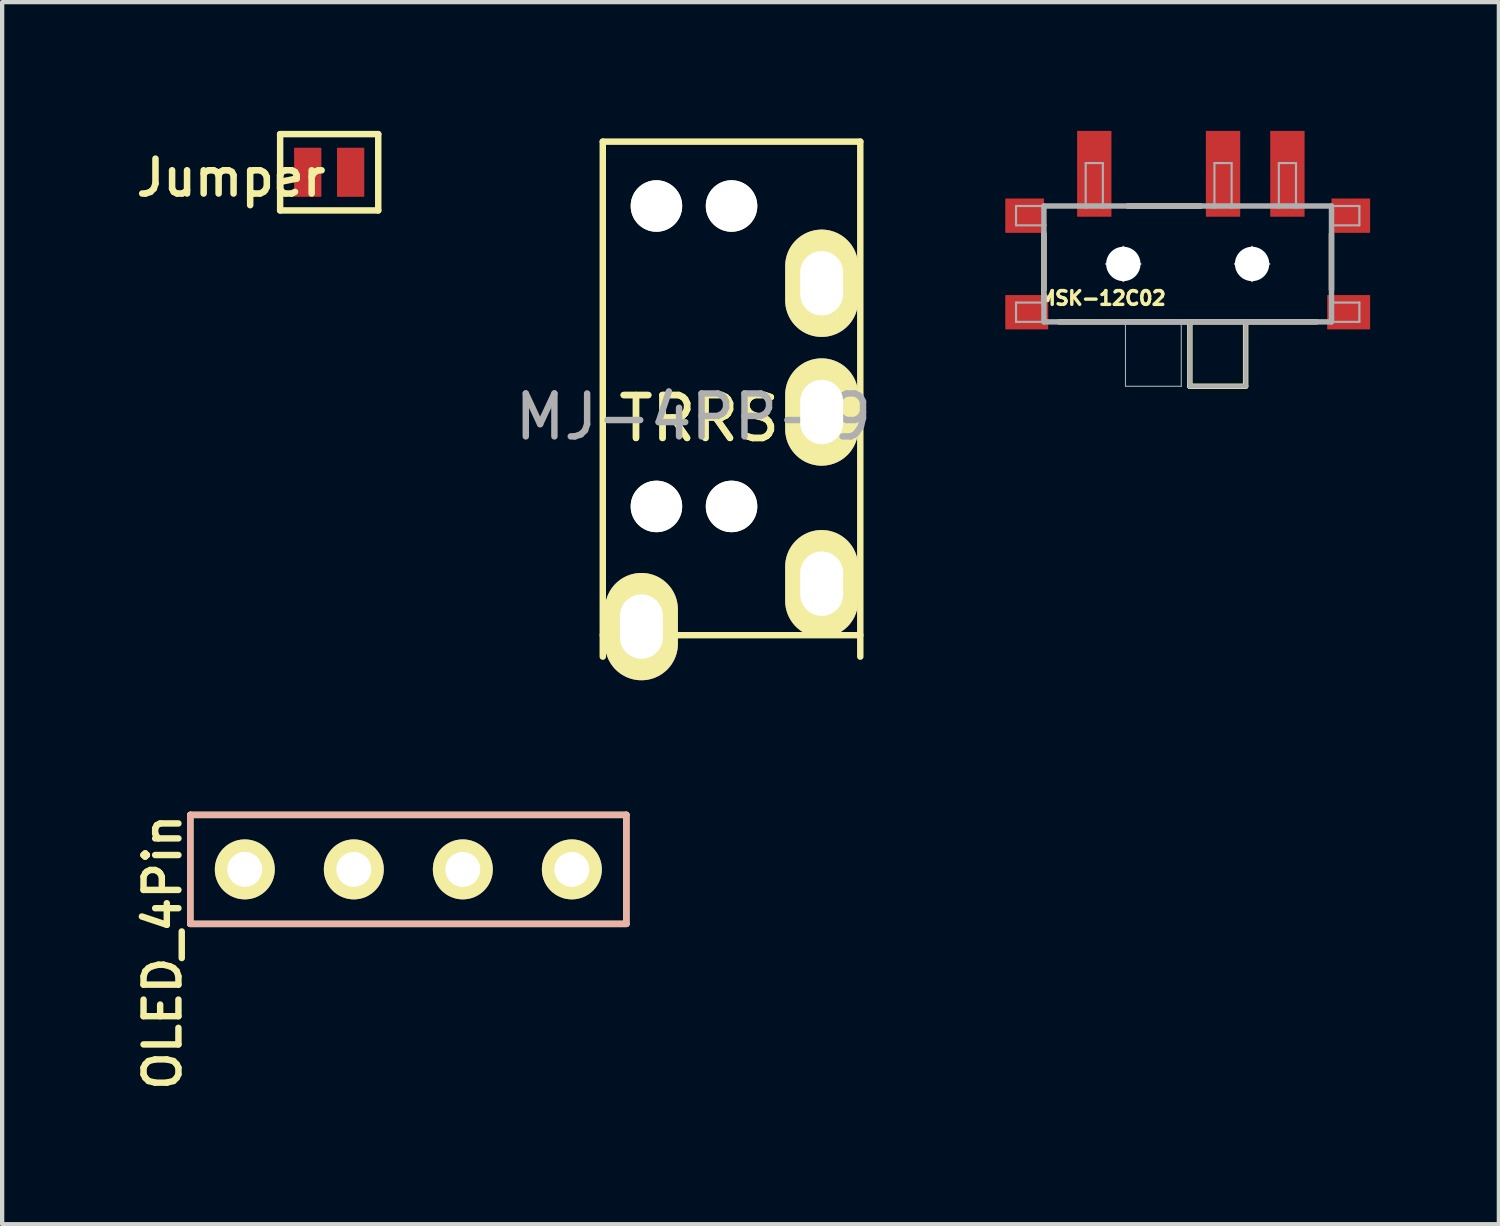
<source format=kicad_pcb>
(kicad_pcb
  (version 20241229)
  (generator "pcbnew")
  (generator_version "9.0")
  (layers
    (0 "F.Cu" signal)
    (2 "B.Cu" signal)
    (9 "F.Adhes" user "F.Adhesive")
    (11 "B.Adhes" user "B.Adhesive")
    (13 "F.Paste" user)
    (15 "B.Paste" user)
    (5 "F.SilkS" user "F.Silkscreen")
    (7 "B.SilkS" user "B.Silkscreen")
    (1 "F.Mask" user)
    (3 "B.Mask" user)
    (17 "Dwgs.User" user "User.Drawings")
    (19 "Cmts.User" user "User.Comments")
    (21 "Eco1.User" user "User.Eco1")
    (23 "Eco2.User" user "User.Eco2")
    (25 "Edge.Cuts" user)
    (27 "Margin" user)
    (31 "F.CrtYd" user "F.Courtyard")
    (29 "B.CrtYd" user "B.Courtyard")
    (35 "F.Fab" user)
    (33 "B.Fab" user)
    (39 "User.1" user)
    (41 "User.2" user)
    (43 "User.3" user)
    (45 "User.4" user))
  (footprint "MJ-4PP-9"
    (layer "F.Cu")
    (at 13.995 0.25)
    (property "Reference" "MJ-4PP-9" (at -0.889 6.413 0) (layer "F.Fab") (effects (font (size 1 1) (thickness 0.15))))
    (attr through_hole)
    (fp_line (start -3 0) (end 3 0) (stroke (width 0.15) (type solid)) (layer "F.SilkS"))
    (fp_line (start -3 12) (end -3 0) (stroke (width 0.15) (type solid)) (layer "F.SilkS"))
    (fp_line (start 3 0) (end 3 12) (stroke (width 0.15) (type solid)) (layer "F.SilkS"))
    (fp_line (start 3 11.5) (end -3 11.5) (stroke (width 0.15) (type solid)) (layer "F.SilkS"))
    (fp_text user "TRRS" (at -0.75 6.45 0) (layer "F.SilkS") (effects (font (size 1 1) (thickness 0.15))))
    (fp_text user "TRRS" (at -0.75 6.45 0) (layer "F.SilkS") (effects (font (size 1 1) (thickness 0.15))))
    (pad "" np_thru_hole circle (at -1.75 1.5) (size 1.2 1.2) (drill 1.2) (layers "*.Cu" "*.Mask" "F.SilkS"))
    (pad "" np_thru_hole circle (at -1.75 8.5) (size 1.2 1.2) (drill 1.2) (layers "*.Cu" "*.Mask" "F.SilkS"))
    (pad "" np_thru_hole circle (at 0 1.5) (size 1.2 1.2) (drill 1.2) (layers "*.Cu" "*.Mask" "F.SilkS"))
    (pad "" np_thru_hole circle (at 0 8.5) (size 1.2 1.2) (drill 1.2) (layers "*.Cu" "*.Mask" "F.SilkS"))
    (pad "1" thru_hole oval (at 2.1 10.3) (size 1.7 2.5) (drill oval 1 1.5) (layers "*.Cu" "*.Mask" "F.SilkS"))
    (pad "2" thru_hole oval (at 2.1 6.3) (size 1.7 2.5) (drill oval 1 1.5) (layers "*.Cu" "*.Mask" "F.SilkS"))
    (pad "3" thru_hole oval (at 2.1 3.3) (size 1.7 2.5) (drill oval 1 1.5) (layers "*.Cu" "*.Mask" "F.SilkS"))
    (pad "4" thru_hole oval (at -2.1 11.3) (size 1.7 2.5) (drill oval 1 1.5) (layers "*.Cu" "*.Mask" "F.SilkS")))
  (footprint "MSK-12C02"
    (layer "F.Cu")
    (at 24.624 3.1)
    (property "Reference" "MSK-12C02" (at -1.984 0.797 0) (layer "F.SilkS") (effects (font (size 0.32 0.32) (thickness 0.15))))
    (attr smd)
    (fp_line (start -3.35 -0.7) (end -3.35 0.6) (stroke (width 0.127) (type solid)) (layer "F.SilkS"))
    (fp_line (start -3 1.35) (end 0.05 1.35) (stroke (width 0.127) (type solid)) (layer "F.SilkS"))
    (fp_line (start -1.4 -1.35) (end 0.3 -1.35) (stroke (width 0.127) (type solid)) (layer "F.SilkS"))
    (fp_line (start 0.05 1.35) (end 1.35 1.35) (stroke (width 0.127) (type solid)) (layer "F.SilkS"))
    (fp_line (start 0.05 2.85) (end 0.05 1.35) (stroke (width 0.127) (type solid)) (layer "F.SilkS"))
    (fp_line (start 0.05 2.85) (end 1.35 2.85) (stroke (width 0.127) (type solid)) (layer "F.SilkS"))
    (fp_line (start 1.35 1.35) (end 3 1.35) (stroke (width 0.127) (type solid)) (layer "F.SilkS"))
    (fp_line (start 1.35 2.85) (end 1.35 1.35) (stroke (width 0.127) (type solid)) (layer "F.SilkS"))
    (fp_line (start 3.35 0.6) (end 3.35 -0.7) (stroke (width 0.127) (type solid)) (layer "F.SilkS"))
    (fp_line (start -4 -1.35) (end -4 -0.9) (stroke (width 0.05) (type solid)) (layer "F.Fab"))
    (fp_line (start -4 -0.9) (end -3.35 -0.9) (stroke (width 0.05) (type solid)) (layer "F.Fab"))
    (fp_line (start -4 0.9) (end -4 1.35) (stroke (width 0.05) (type solid)) (layer "F.Fab"))
    (fp_line (start -4 0.9) (end -3.4 0.9) (stroke (width 0.05) (type solid)) (layer "F.Fab"))
    (fp_line (start -4 1.35) (end -3.4 1.35) (stroke (width 0.05) (type solid)) (layer "F.Fab"))
    (fp_line (start -3.35 -1.35) (end -4 -1.35) (stroke (width 0.05) (type solid)) (layer "F.Fab"))
    (fp_line (start -3.35 -1.35) (end -2.377 -1.35) (stroke (width 0.127) (type solid)) (layer "F.Fab"))
    (fp_line (start -3.35 -0.9) (end -3.35 -1.35) (stroke (width 0.127) (type solid)) (layer "F.Fab"))
    (fp_line (start -3.35 1.35) (end -3.35 -0.9) (stroke (width 0.127) (type solid)) (layer "F.Fab"))
    (fp_line (start -2.377 -2.35) (end -1.977 -2.35) (stroke (width 0.05) (type solid)) (layer "F.Fab"))
    (fp_line (start -2.377 -1.35) (end -2.377 -2.35) (stroke (width 0.05) (type solid)) (layer "F.Fab"))
    (fp_line (start -1.977 -2.35) (end -1.977 -1.35) (stroke (width 0.05) (type solid)) (layer "F.Fab"))
    (fp_line (start -1.977 -1.35) (end -2.377 -1.35) (stroke (width 0.127) (type solid)) (layer "F.Fab"))
    (fp_line (start -1.977 -1.35) (end 0.623 -1.35) (stroke (width 0.127) (type solid)) (layer "F.Fab"))
    (fp_line (start -1.9 0) (end -1.5 0) (stroke (width 0.05) (type solid)) (layer "F.Fab"))
    (fp_line (start -1.5 0) (end -1.5 -0.4) (stroke (width 0.05) (type solid)) (layer "F.Fab"))
    (fp_line (start -1.5 0) (end -1.5 0.4) (stroke (width 0.05) (type solid)) (layer "F.Fab"))
    (fp_line (start -1.5 0) (end -1.1 0) (stroke (width 0.05) (type solid)) (layer "F.Fab"))
    (fp_line (start -1.45 1.35) (end -3.35 1.35) (stroke (width 0.127) (type solid)) (layer "F.Fab"))
    (fp_line (start -1.45 1.35) (end -1.45 2.85) (stroke (width 0.025) (type solid)) (layer "F.Fab"))
    (fp_line (start -1.45 2.85) (end -0.15 2.85) (stroke (width 0.025) (type solid)) (layer "F.Fab"))
    (fp_line (start -0.15 1.35) (end -1.45 1.35) (stroke (width 0.127) (type solid)) (layer "F.Fab"))
    (fp_line (start -0.15 2.85) (end -0.15 1.35) (stroke (width 0.025) (type solid)) (layer "F.Fab"))
    (fp_line (start 0.05 1.35) (end 0.05 2.85) (stroke (width 0.1) (type solid)) (layer "F.Fab"))
    (fp_line (start 0.05 2.85) (end 1.35 2.85) (stroke (width 0.1) (type solid)) (layer "F.Fab"))
    (fp_line (start 0.623 -2.35) (end 1.023 -2.35) (stroke (width 0.05) (type solid)) (layer "F.Fab"))
    (fp_line (start 0.623 -1.35) (end 0.623 -2.35) (stroke (width 0.05) (type solid)) (layer "F.Fab"))
    (fp_line (start 1.023 -2.35) (end 1.023 -1.35) (stroke (width 0.05) (type solid)) (layer "F.Fab"))
    (fp_line (start 1.023 -1.35) (end 0.623 -1.35) (stroke (width 0.127) (type solid)) (layer "F.Fab"))
    (fp_line (start 1.35 2.85) (end 1.35 1.35) (stroke (width 0.1) (type solid)) (layer "F.Fab"))
    (fp_line (start 1.5 0) (end 1.1 0) (stroke (width 0.05) (type solid)) (layer "F.Fab"))
    (fp_line (start 1.5 0) (end 1.5 -0.4) (stroke (width 0.05) (type solid)) (layer "F.Fab"))
    (fp_line (start 1.5 0) (end 1.5 0.4) (stroke (width 0.05) (type solid)) (layer "F.Fab"))
    (fp_line (start 1.9 0) (end 1.5 0) (stroke (width 0.05) (type solid)) (layer "F.Fab"))
    (fp_line (start 2.123 -2.35) (end 2.523 -2.35) (stroke (width 0.05) (type solid)) (layer "F.Fab"))
    (fp_line (start 2.123 -1.35) (end 1.023 -1.35) (stroke (width 0.127) (type solid)) (layer "F.Fab"))
    (fp_line (start 2.123 -1.35) (end 2.123 -2.35) (stroke (width 0.05) (type solid)) (layer "F.Fab"))
    (fp_line (start 2.523 -2.35) (end 2.523 -1.35) (stroke (width 0.05) (type solid)) (layer "F.Fab"))
    (fp_line (start 2.523 -1.35) (end 2.123 -1.35) (stroke (width 0.127) (type solid)) (layer "F.Fab"))
    (fp_line (start 2.523 -1.35) (end 3.35 -1.35) (stroke (width 0.127) (type solid)) (layer "F.Fab"))
    (fp_line (start 3.35 -1.35) (end 3.35 1.35) (stroke (width 0.127) (type solid)) (layer "F.Fab"))
    (fp_line (start 3.35 1.35) (end -0.15 1.35) (stroke (width 0.127) (type solid)) (layer "F.Fab"))
    (fp_line (start 3.4 0.9) (end 4 0.9) (stroke (width 0.05) (type solid)) (layer "F.Fab"))
    (fp_line (start 4 -1.35) (end 3.4 -1.35) (stroke (width 0.05) (type solid)) (layer "F.Fab"))
    (fp_line (start 4 -1.35) (end 4 -0.9) (stroke (width 0.05) (type solid)) (layer "F.Fab"))
    (fp_line (start 4 -0.9) (end 3.4 -0.9) (stroke (width 0.05) (type solid)) (layer "F.Fab"))
    (fp_line (start 4 0.9) (end 4 1.35) (stroke (width 0.05) (type solid)) (layer "F.Fab"))
    (fp_line (start 4 1.35) (end 3.4 1.35) (stroke (width 0.05) (type solid)) (layer "F.Fab"))
    (pad "" np_thru_hole circle (at -1.5 0) (size 0.8 0.8) (drill 0.8) (layers "*.Cu" "*.Mask"))
    (pad "" np_thru_hole circle (at 1.5 0) (size 0.8 0.8) (drill 0.8) (layers "*.Cu" "*.Mask"))
    (pad "COM" smd rect (at 0.823 -2.1 180) (size 0.8 2) (layers "F.Cu" "F.Mask" "F.Paste"))
    (pad "GND" smd rect (at -3.8 -1.125 180) (size 0.9 0.8) (layers "F.Cu" "F.Mask" "F.Paste"))
    (pad "GND" smd rect (at -3.75 1.125 180) (size 1 0.8) (layers "F.Cu" "F.Mask" "F.Paste"))
    (pad "GND" smd rect (at 3.75 1.125 180) (size 1 0.8) (layers "F.Cu" "F.Mask" "F.Paste"))
    (pad "GND" smd rect (at 3.8 -1.125 180) (size 0.9 0.8) (layers "F.Cu" "F.Mask" "F.Paste"))
    (pad "L1" smd rect (at 2.323 -2.1 180) (size 0.8 2) (layers "F.Cu" "F.Mask" "F.Paste"))
    (pad "L2" smd rect (at -2.177 -2.1 180) (size 0.8 2) (layers "F.Cu" "F.Mask" "F.Paste")))
  (footprint "Jumper"
    (layer "F.Cu")
    (at 4.62 0.964)
    (property "Reference" "Jumper" (at -2.286 0.127 0) (layer "F.SilkS") (effects (font (size 0.813 0.813) (thickness 0.152))))
    (attr smd)
    (fp_line (start -1.143 -0.889) (end 1.143 -0.889) (stroke (width 0.15) (type solid)) (layer "F.SilkS"))
    (fp_line (start -1.143 0.889) (end -1.143 -0.889) (stroke (width 0.15) (type solid)) (layer "F.SilkS"))
    (fp_line (start 1.143 -0.889) (end 1.143 0.889) (stroke (width 0.15) (type solid)) (layer "F.SilkS"))
    (fp_line (start 1.143 0.889) (end -1.143 0.889) (stroke (width 0.15) (type solid)) (layer "F.SilkS"))
    (pad "1" smd rect (at -0.5 0) (size 0.635 1.143) (layers "F.Cu" "F.Mask" "F.Paste"))
    (pad "2" smd rect (at 0.5 0) (size 0.635 1.143) (layers "F.Cu" "F.Mask" "F.Paste")))
  (footprint "OLED_4Pin"
    (layer "F.Cu")
    (at 2.654 17.207)
    (property "Reference" "OLED_4Pin" (at -1.915 1.93 90) (layer "F.SilkS") (effects (font (size 0.813 0.813) (thickness 0.15))))
    (attr through_hole)
    (fp_line (start -1.27 -1.27) (end 8.89 -1.27) (stroke (width 0.15) (type solid)) (layer "F.SilkS"))
    (fp_line (start -1.27 1.27) (end -1.27 -1.27) (stroke (width 0.15) (type solid)) (layer "F.SilkS"))
    (fp_line (start -1.27 1.27) (end 8.89 1.27) (stroke (width 0.15) (type solid)) (layer "F.SilkS"))
    (fp_line (start 8.89 -1.27) (end 8.89 1.27) (stroke (width 0.15) (type solid)) (layer "F.SilkS"))
    (fp_line (start -1.27 -1.27) (end 8.89 -1.27) (stroke (width 0.15) (type solid)) (layer "B.SilkS"))
    (fp_line (start -1.27 1.27) (end -1.27 -1.27) (stroke (width 0.15) (type solid)) (layer "B.SilkS"))
    (fp_line (start 8.89 -1.27) (end 8.89 1.27) (stroke (width 0.15) (type solid)) (layer "B.SilkS"))
    (fp_line (start 8.89 1.27) (end -1.27 1.27) (stroke (width 0.15) (type solid)) (layer "B.SilkS"))
    (pad "1" thru_hole circle (at 0 0) (size 1.397 1.397) (drill 0.813) (layers "*.Cu" "*.Mask" "F.SilkS"))
    (pad "2" thru_hole circle (at 2.54 0) (size 1.397 1.397) (drill 0.813) (layers "*.Cu" "*.Mask" "F.SilkS"))
    (pad "3" thru_hole circle (at 5.08 0) (size 1.397 1.397) (drill 0.813) (layers "*.Cu" "*.Mask" "F.SilkS"))
    (pad "4" thru_hole circle (at 7.62 0) (size 1.397 1.397) (drill 0.813) (layers "*.Cu" "*.Mask" "F.SilkS")))
  (gr_rect
    (start -3 -3)
    (end 31.874 25.474)
    (stroke (width 0.1) (type default))
    (fill no)
    (layer "Edge.Cuts")))
</source>
